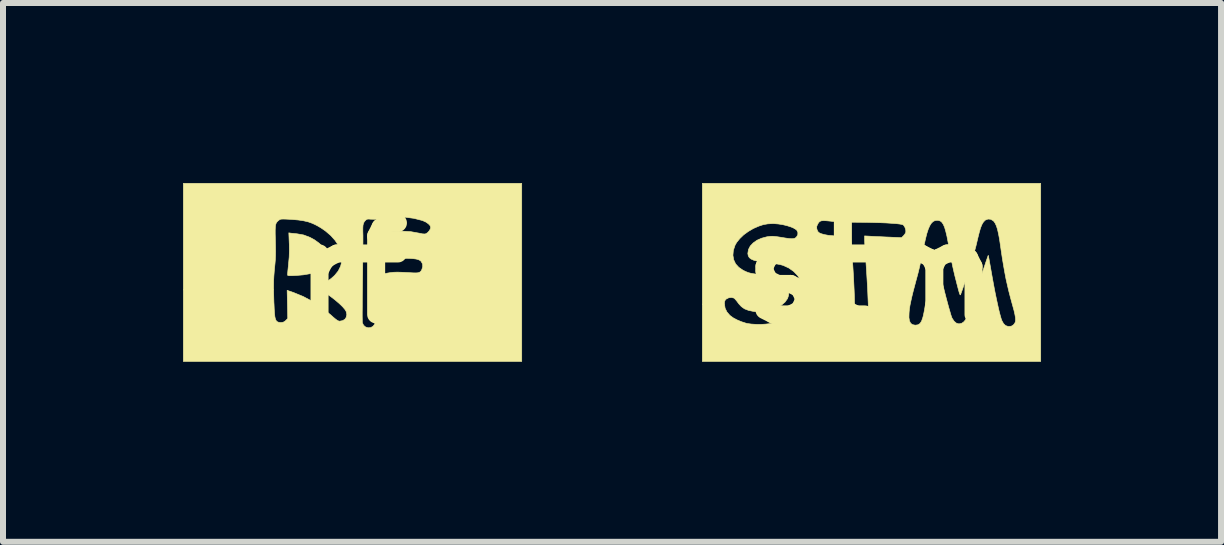
<source format=kicad_pcb>
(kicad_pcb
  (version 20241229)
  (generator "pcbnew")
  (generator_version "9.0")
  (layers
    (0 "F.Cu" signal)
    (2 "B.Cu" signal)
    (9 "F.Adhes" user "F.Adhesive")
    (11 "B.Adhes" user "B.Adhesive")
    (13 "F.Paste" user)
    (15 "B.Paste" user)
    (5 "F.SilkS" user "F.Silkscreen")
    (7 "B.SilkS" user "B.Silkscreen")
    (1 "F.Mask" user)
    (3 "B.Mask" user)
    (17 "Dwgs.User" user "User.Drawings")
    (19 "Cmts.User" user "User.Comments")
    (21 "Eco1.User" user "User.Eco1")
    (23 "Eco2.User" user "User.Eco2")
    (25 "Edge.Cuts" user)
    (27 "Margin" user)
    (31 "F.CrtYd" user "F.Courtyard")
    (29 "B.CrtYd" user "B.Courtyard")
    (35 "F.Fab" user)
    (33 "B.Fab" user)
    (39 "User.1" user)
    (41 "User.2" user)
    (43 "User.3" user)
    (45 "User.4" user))
  (footprint "rf"
    (layer "F.Cu")
    (at 2.819 1.5)
    (property "Reference" "rf" (at 0 0 0) (layer "F.SilkS") (effects (font (size 1.524 1.524) (thickness 0.3))))
    (attr through_hole)
    (fp_poly (pts (xy -1.026 -0.665) (xy -0.999 -0.662) (xy -0.959 -0.658) (xy -0.919 -0.654) (xy -0.811 -0.635) (xy -0.707 -0.596) (xy -0.631 -0.555) (xy -0.548 -0.495) (xy -0.482 -0.429) (xy -0.433 -0.358) (xy -0.405 -0.286) (xy -0.399 -0.258) (xy -0.397 -0.222) (xy -0.405 -0.193) (xy -0.421 -0.166) (xy -0.471 -0.106) (xy -0.534 -0.056) (xy -0.611 -0.017) (xy -0.703 0.011) (xy -0.814 0.03) (xy -0.93 0.04) (xy -0.989 0.043) (xy -1.03 0.044) (xy -1.056 0.043) (xy -1.07 0.041) (xy -1.076 0.035) (xy -1.077 0.027) (xy -1.077 0.025) (xy -1.076 0.007) (xy -1.073 -0.029) (xy -1.068 -0.078) (xy -1.062 -0.135) (xy -1.06 -0.161) (xy -1.05 -0.267) (xy -1.047 -0.369) (xy -1.048 -0.478) (xy -1.049 -0.497) (xy -1.056 -0.67) (xy -1.026 -0.665)) (stroke (width 0.01) (type solid)) (fill yes) (layer "F.SilkS"))
    (fp_poly (pts (xy 2.825 1.473) (xy -2.814 1.473) (xy -2.814 0.197) (xy -1.31 0.197) (xy -1.31 0.28) (xy -1.308 0.375) (xy -1.305 0.486) (xy -1.303 0.517) (xy -1.299 0.607) (xy -1.294 0.678) (xy -1.288 0.731) (xy -1.278 0.77) (xy -1.265 0.796) (xy -1.247 0.812) (xy -1.224 0.821) (xy -1.194 0.824) (xy -1.183 0.824) (xy -1.149 0.819) (xy -1.119 0.801) (xy -1.108 0.791) (xy -1.074 0.757) (xy -1.079 0.523) (xy -1.084 0.288) (xy -0.974 0.326) (xy -0.816 0.391) (xy -0.662 0.473) (xy -0.51 0.575) (xy -0.359 0.696) (xy -0.316 0.735) (xy -0.274 0.77) (xy -0.243 0.792) (xy -0.219 0.801) (xy -0.209 0.802) (xy -0.159 0.793) (xy -0.121 0.769) (xy -0.097 0.733) (xy -0.09 0.69) (xy -0.098 0.651) (xy 0.167 0.651) (xy 0.167 0.722) (xy 0.168 0.777) (xy 0.168 0.813) (xy 0.17 0.83) (xy 0.17 0.831) (xy 0.19 0.871) (xy 0.223 0.899) (xy 0.264 0.912) (xy 0.307 0.909) (xy 0.346 0.888) (xy 0.368 0.86) (xy 0.384 0.824) (xy 0.385 0.819) (xy 0.387 0.797) (xy 0.39 0.757) (xy 0.392 0.7) (xy 0.393 0.631) (xy 0.395 0.551) (xy 0.395 0.465) (xy 0.395 0.41) (xy 0.396 0.046) (xy 0.519 0.016) (xy 0.58 0.002) (xy 0.635 -0.007) (xy 0.691 -0.013) (xy 0.751 -0.015) (xy 0.822 -0.013) (xy 0.907 -0.009) (xy 0.946 -0.007) (xy 1.014 -0.003) (xy 1.064 -0.002) (xy 1.1 -0.005) (xy 1.124 -0.014) (xy 1.142 -0.027) (xy 1.155 -0.047) (xy 1.159 -0.055) (xy 1.175 -0.105) (xy 1.172 -0.152) (xy 1.149 -0.193) (xy 1.145 -0.198) (xy 1.125 -0.213) (xy 1.099 -0.225) (xy 1.063 -0.234) (xy 1.016 -0.24) (xy 0.954 -0.244) (xy 0.876 -0.246) (xy 0.778 -0.246) (xy 0.769 -0.246) (xy 0.691 -0.245) (xy 0.63 -0.243) (xy 0.581 -0.239) (xy 0.54 -0.234) (xy 0.502 -0.226) (xy 0.492 -0.223) (xy 0.407 -0.201) (xy 0.407 -0.657) (xy 0.475 -0.669) (xy 0.649 -0.693) (xy 0.816 -0.699) (xy 0.974 -0.69) (xy 1.119 -0.664) (xy 1.172 -0.653) (xy 1.208 -0.651) (xy 1.228 -0.655) (xy 1.256 -0.673) (xy 1.282 -0.702) (xy 1.302 -0.735) (xy 1.308 -0.761) (xy 1.298 -0.79) (xy 1.27 -0.82) (xy 1.229 -0.849) (xy 1.178 -0.872) (xy 1.16 -0.878) (xy 1.026 -0.912) (xy 0.89 -0.93) (xy 0.745 -0.933) (xy 0.59 -0.921) (xy 0.528 -0.912) (xy 0.442 -0.901) (xy 0.371 -0.896) (xy 0.318 -0.897) (xy 0.313 -0.897) (xy 0.275 -0.9) (xy 0.252 -0.898) (xy 0.234 -0.889) (xy 0.217 -0.874) (xy 0.2 -0.853) (xy 0.188 -0.828) (xy 0.18 -0.797) (xy 0.177 -0.753) (xy 0.177 -0.694) (xy 0.178 -0.659) (xy 0.179 -0.627) (xy 0.179 -0.576) (xy 0.179 -0.507) (xy 0.178 -0.423) (xy 0.177 -0.327) (xy 0.176 -0.22) (xy 0.175 -0.105) (xy 0.174 0.015) (xy 0.172 0.129) (xy 0.171 0.249) (xy 0.169 0.364) (xy 0.168 0.47) (xy 0.168 0.567) (xy 0.167 0.651) (xy -0.098 0.651) (xy -0.1 0.642) (xy -0.119 0.609) (xy -0.159 0.562) (xy -0.215 0.508) (xy -0.283 0.45) (xy -0.359 0.391) (xy -0.44 0.335) (xy -0.522 0.283) (xy -0.526 0.281) (xy -0.616 0.228) (xy -0.534 0.192) (xy -0.459 0.158) (xy -0.399 0.125) (xy -0.349 0.09) (xy -0.303 0.049) (xy -0.292 0.039) (xy -0.233 -0.034) (xy -0.193 -0.114) (xy -0.173 -0.197) (xy -0.173 -0.284) (xy -0.192 -0.371) (xy -0.229 -0.458) (xy -0.284 -0.543) (xy -0.357 -0.625) (xy -0.447 -0.702) (xy -0.521 -0.753) (xy -0.594 -0.795) (xy -0.663 -0.828) (xy -0.733 -0.853) (xy -0.81 -0.871) (xy -0.897 -0.884) (xy -1 -0.893) (xy -1.05 -0.896) (xy -1.108 -0.899) (xy -1.15 -0.9) (xy -1.177 -0.899) (xy -1.196 -0.896) (xy -1.21 -0.889) (xy -1.223 -0.88) (xy -1.243 -0.863) (xy -1.258 -0.846) (xy -1.269 -0.826) (xy -1.277 -0.8) (xy -1.281 -0.765) (xy -1.283 -0.718) (xy -1.283 -0.656) (xy -1.281 -0.577) (xy -1.28 -0.54) (xy -1.278 -0.443) (xy -1.277 -0.361) (xy -1.278 -0.289) (xy -1.281 -0.222) (xy -1.287 -0.152) (xy -1.291 -0.112) (xy -1.299 -0.029) (xy -1.305 0.047) (xy -1.309 0.12) (xy -1.31 0.197) (xy -2.814 0.197) (xy -2.814 -1.495) (xy 2.825 -1.495) (xy 2.825 1.473)) (stroke (width 0.01) (type solid)) (fill yes) (layer "F.SilkS")))
  (footprint "stm"
    (layer "F.Cu")
    (at 11.467 1.5)
    (property "Reference" "stm" (at 0 0 0) (layer "F.SilkS") (effects (font (size 1.524 1.524) (thickness 0.3))))
    (attr through_hole)
    (fp_poly (pts (xy 2.825 1.473) (xy -2.814 1.473) (xy -2.814 0.505) (xy -2.445 0.505) (xy -2.445 0.518) (xy -2.434 0.586) (xy -2.404 0.648) (xy -2.354 0.706) (xy -2.346 0.712) (xy -2.298 0.747) (xy -2.234 0.781) (xy -2.162 0.811) (xy -2.088 0.835) (xy -2.062 0.841) (xy -1.999 0.85) (xy -1.923 0.855) (xy -1.84 0.856) (xy -1.76 0.851) (xy -1.69 0.843) (xy -1.674 0.84) (xy -1.555 0.807) (xy -1.448 0.761) (xy -1.353 0.703) (xy -1.273 0.634) (xy -1.21 0.556) (xy -1.182 0.506) (xy -1.168 0.473) (xy -1.158 0.445) (xy -1.152 0.417) (xy -1.149 0.381) (xy -1.149 0.331) (xy -1.149 0.308) (xy -1.149 0.249) (xy -1.152 0.207) (xy -1.156 0.175) (xy -1.165 0.148) (xy -1.173 0.127) (xy -1.223 0.045) (xy -1.29 -0.026) (xy -1.372 -0.084) (xy -1.465 -0.127) (xy -1.483 -0.132) (xy -1.521 -0.142) (xy -1.574 -0.152) (xy -1.637 -0.162) (xy -1.701 -0.17) (xy -1.714 -0.171) (xy -1.814 -0.183) (xy -1.894 -0.197) (xy -1.955 -0.213) (xy -2 -0.233) (xy -2.031 -0.257) (xy -2.048 -0.287) (xy -2.055 -0.322) (xy -2.055 -0.33) (xy -2.045 -0.392) (xy -2.015 -0.45) (xy -1.967 -0.501) (xy -1.904 -0.546) (xy -1.828 -0.58) (xy -1.742 -0.603) (xy -1.725 -0.606) (xy -1.686 -0.611) (xy -1.652 -0.613) (xy -1.615 -0.611) (xy -1.571 -0.606) (xy -1.512 -0.597) (xy -1.503 -0.595) (xy -1.426 -0.583) (xy -1.369 -0.575) (xy -1.326 -0.572) (xy -1.294 -0.574) (xy -1.271 -0.581) (xy -1.253 -0.593) (xy -1.247 -0.599) (xy -1.224 -0.634) (xy -1.221 -0.674) (xy -1.238 -0.711) (xy -1.245 -0.719) (xy -1.281 -0.744) (xy -1.299 -0.752) (xy -0.909 -0.752) (xy -0.902 -0.723) (xy -0.889 -0.692) (xy -0.868 -0.672) (xy -0.843 -0.659) (xy -0.787 -0.642) (xy -0.712 -0.628) (xy -0.62 -0.62) (xy -0.513 -0.616) (xy -0.484 -0.615) (xy -0.344 -0.615) (xy -0.336 -0.503) (xy -0.332 -0.451) (xy -0.327 -0.385) (xy -0.321 -0.311) (xy -0.315 -0.236) (xy -0.313 -0.203) (xy -0.306 -0.12) (xy -0.3 -0.025) (xy -0.294 0.077) (xy -0.289 0.182) (xy -0.284 0.286) (xy -0.28 0.386) (xy -0.278 0.477) (xy -0.277 0.555) (xy -0.277 0.617) (xy -0.277 0.63) (xy -0.28 0.738) (xy -0.244 0.77) (xy -0.202 0.797) (xy -0.159 0.804) (xy -0.119 0.79) (xy -0.095 0.769) (xy -0.079 0.748) (xy -0.075 0.741) (xy 0.629 0.741) (xy 0.638 0.797) (xy 0.657 0.836) (xy 0.687 0.859) (xy 0.73 0.868) (xy 0.741 0.868) (xy 0.781 0.862) (xy 0.813 0.841) (xy 0.839 0.803) (xy 0.859 0.746) (xy 0.867 0.717) (xy 0.878 0.666) (xy 0.888 0.615) (xy 0.895 0.574) (xy 0.896 0.566) (xy 0.9 0.542) (xy 0.909 0.499) (xy 0.921 0.442) (xy 0.937 0.372) (xy 0.955 0.293) (xy 0.975 0.209) (xy 0.984 0.17) (xy 1.004 0.085) (xy 1.023 0.004) (xy 1.04 -0.07) (xy 1.055 -0.132) (xy 1.066 -0.18) (xy 1.073 -0.212) (xy 1.075 -0.22) (xy 1.082 -0.246) (xy 1.088 -0.256) (xy 1.091 -0.253) (xy 1.095 -0.237) (xy 1.103 -0.204) (xy 1.114 -0.156) (xy 1.127 -0.098) (xy 1.141 -0.032) (xy 1.144 -0.022) (xy 1.16 0.054) (xy 1.18 0.137) (xy 1.202 0.226) (xy 1.224 0.316) (xy 1.247 0.405) (xy 1.27 0.491) (xy 1.291 0.569) (xy 1.311 0.637) (xy 1.327 0.693) (xy 1.34 0.732) (xy 1.347 0.75) (xy 1.382 0.803) (xy 1.42 0.835) (xy 1.462 0.847) (xy 1.506 0.838) (xy 1.54 0.816) (xy 1.567 0.785) (xy 1.597 0.736) (xy 1.627 0.673) (xy 1.655 0.601) (xy 1.669 0.561) (xy 1.695 0.477) (xy 1.724 0.389) (xy 1.753 0.297) (xy 1.784 0.204) (xy 1.814 0.112) (xy 1.842 0.024) (xy 1.869 -0.058) (xy 1.894 -0.131) (xy 1.915 -0.194) (xy 1.932 -0.243) (xy 1.944 -0.277) (xy 1.95 -0.294) (xy 1.951 -0.295) (xy 1.954 -0.283) (xy 1.96 -0.253) (xy 1.968 -0.208) (xy 1.978 -0.151) (xy 1.99 -0.084) (xy 1.995 -0.055) (xy 2.018 0.075) (xy 2.041 0.2) (xy 2.064 0.321) (xy 2.087 0.432) (xy 2.109 0.534) (xy 2.129 0.623) (xy 2.148 0.697) (xy 2.164 0.754) (xy 2.177 0.791) (xy 2.205 0.842) (xy 2.239 0.875) (xy 2.28 0.889) (xy 2.299 0.89) (xy 2.336 0.885) (xy 2.367 0.866) (xy 2.375 0.858) (xy 2.391 0.838) (xy 2.402 0.814) (xy 2.406 0.783) (xy 2.404 0.743) (xy 2.395 0.691) (xy 2.38 0.624) (xy 2.357 0.54) (xy 2.353 0.526) (xy 2.321 0.409) (xy 2.293 0.301) (xy 2.269 0.198) (xy 2.246 0.096) (xy 2.226 -0.01) (xy 2.206 -0.123) (xy 2.185 -0.248) (xy 2.164 -0.389) (xy 2.154 -0.459) (xy 2.138 -0.568) (xy 2.121 -0.657) (xy 2.105 -0.728) (xy 2.087 -0.784) (xy 2.068 -0.826) (xy 2.047 -0.858) (xy 2.034 -0.871) (xy 1.992 -0.896) (xy 1.948 -0.9) (xy 1.905 -0.884) (xy 1.897 -0.878) (xy 1.87 -0.85) (xy 1.846 -0.81) (xy 1.823 -0.754) (xy 1.802 -0.682) (xy 1.781 -0.599) (xy 1.746 -0.451) (xy 1.705 -0.298) (xy 1.657 -0.137) (xy 1.6 0.039) (xy 1.575 0.115) (xy 1.551 0.184) (xy 1.53 0.246) (xy 1.512 0.297) (xy 1.498 0.335) (xy 1.49 0.358) (xy 1.488 0.362) (xy 1.484 0.364) (xy 1.48 0.359) (xy 1.474 0.346) (xy 1.466 0.321) (xy 1.455 0.282) (xy 1.441 0.228) (xy 1.422 0.155) (xy 1.419 0.142) (xy 1.396 0.053) (xy 1.376 -0.032) (xy 1.357 -0.116) (xy 1.339 -0.205) (xy 1.32 -0.303) (xy 1.299 -0.415) (xy 1.282 -0.511) (xy 1.262 -0.615) (xy 1.242 -0.698) (xy 1.223 -0.763) (xy 1.201 -0.812) (xy 1.178 -0.846) (xy 1.152 -0.867) (xy 1.121 -0.877) (xy 1.099 -0.879) (xy 1.063 -0.874) (xy 1.032 -0.859) (xy 1.003 -0.831) (xy 0.977 -0.79) (xy 0.952 -0.734) (xy 0.928 -0.661) (xy 0.905 -0.57) (xy 0.881 -0.46) (xy 0.863 -0.368) (xy 0.847 -0.286) (xy 0.826 -0.191) (xy 0.803 -0.09) (xy 0.779 0.008) (xy 0.756 0.093) (xy 0.724 0.213) (xy 0.697 0.315) (xy 0.676 0.401) (xy 0.66 0.474) (xy 0.647 0.536) (xy 0.638 0.591) (xy 0.633 0.641) (xy 0.631 0.667) (xy 0.629 0.741) (xy -0.075 0.741) (xy -0.067 0.727) (xy -0.058 0.701) (xy -0.052 0.669) (xy -0.049 0.627) (xy -0.048 0.573) (xy -0.049 0.504) (xy -0.053 0.417) (xy -0.055 0.369) (xy -0.059 0.275) (xy -0.065 0.167) (xy -0.072 0.052) (xy -0.079 -0.062) (xy -0.086 -0.167) (xy -0.089 -0.203) (xy -0.094 -0.285) (xy -0.099 -0.363) (xy -0.104 -0.433) (xy -0.107 -0.492) (xy -0.109 -0.536) (xy -0.11 -0.559) (xy -0.11 -0.619) (xy 0.025 -0.611) (xy 0.087 -0.608) (xy 0.163 -0.605) (xy 0.243 -0.601) (xy 0.319 -0.598) (xy 0.333 -0.597) (xy 0.506 -0.59) (xy 0.538 -0.621) (xy 0.561 -0.649) (xy 0.576 -0.677) (xy 0.577 -0.682) (xy 0.576 -0.719) (xy 0.563 -0.76) (xy 0.542 -0.794) (xy 0.533 -0.802) (xy 0.513 -0.81) (xy 0.473 -0.817) (xy 0.415 -0.824) (xy 0.341 -0.829) (xy 0.253 -0.835) (xy 0.152 -0.839) (xy 0.042 -0.842) (xy -0.077 -0.845) (xy -0.202 -0.846) (xy -0.212 -0.846) (xy -0.347 -0.847) (xy -0.462 -0.849) (xy -0.559 -0.854) (xy -0.639 -0.86) (xy -0.67 -0.864) (xy -0.74 -0.871) (xy -0.791 -0.874) (xy -0.828 -0.871) (xy -0.855 -0.861) (xy -0.874 -0.843) (xy -0.89 -0.817) (xy -0.894 -0.81) (xy -0.907 -0.778) (xy -0.909 -0.752) (xy -1.299 -0.752) (xy -1.333 -0.767) (xy -1.398 -0.788) (xy -1.471 -0.806) (xy -1.548 -0.818) (xy -1.622 -0.824) (xy -1.646 -0.824) (xy -1.723 -0.82) (xy -1.797 -0.807) (xy -1.873 -0.782) (xy -1.958 -0.745) (xy -1.966 -0.741) (xy -2.048 -0.693) (xy -2.125 -0.637) (xy -2.19 -0.574) (xy -2.242 -0.51) (xy -2.269 -0.462) (xy -2.297 -0.377) (xy -2.304 -0.296) (xy -2.291 -0.221) (xy -2.259 -0.153) (xy -2.206 -0.095) (xy -2.136 -0.047) (xy -2.091 -0.025) (xy -2.049 -0.008) (xy -2.005 0.004) (xy -1.952 0.013) (xy -1.885 0.02) (xy -1.857 0.023) (xy -1.798 0.029) (xy -1.739 0.037) (xy -1.689 0.045) (xy -1.662 0.05) (xy -1.578 0.076) (xy -1.504 0.113) (xy -1.443 0.158) (xy -1.398 0.208) (xy -1.388 0.225) (xy -1.374 0.269) (xy -1.371 0.322) (xy -1.378 0.377) (xy -1.394 0.425) (xy -1.394 0.425) (xy -1.436 0.484) (xy -1.495 0.535) (xy -1.569 0.579) (xy -1.654 0.612) (xy -1.746 0.635) (xy -1.843 0.645) (xy -1.94 0.642) (xy -1.968 0.638) (xy -2.047 0.621) (xy -2.111 0.596) (xy -2.163 0.559) (xy -2.209 0.509) (xy -2.216 0.499) (xy -2.242 0.464) (xy -2.267 0.435) (xy -2.284 0.419) (xy -2.287 0.417) (xy -2.328 0.407) (xy -2.373 0.412) (xy -2.412 0.431) (xy -2.415 0.433) (xy -2.433 0.452) (xy -2.442 0.473) (xy -2.445 0.505) (xy -2.814 0.505) (xy -2.814 -1.495) (xy 2.825 -1.495) (xy 2.825 1.473)) (stroke (width 0.01) (type solid)) (fill yes) (layer "F.SilkS")))
  (gr_rect
    (start -3 -3)
    (end 17.297 5.978)
    (stroke (width 0.1) (type default))
    (fill no)
    (layer "Edge.Cuts")))
</source>
